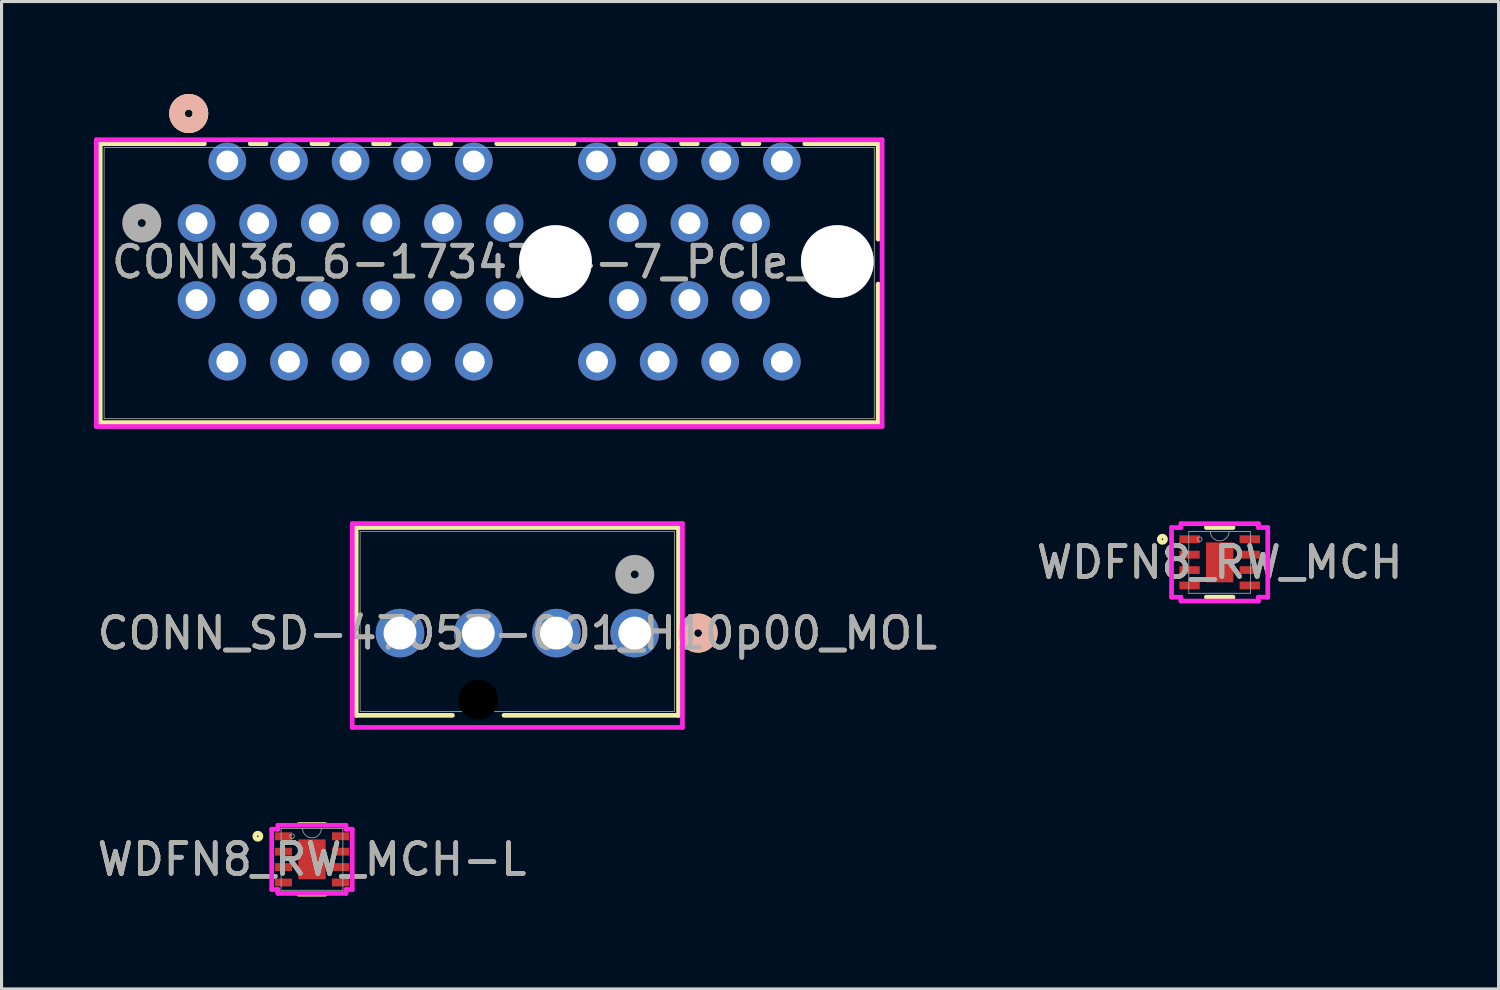
<source format=kicad_pcb>
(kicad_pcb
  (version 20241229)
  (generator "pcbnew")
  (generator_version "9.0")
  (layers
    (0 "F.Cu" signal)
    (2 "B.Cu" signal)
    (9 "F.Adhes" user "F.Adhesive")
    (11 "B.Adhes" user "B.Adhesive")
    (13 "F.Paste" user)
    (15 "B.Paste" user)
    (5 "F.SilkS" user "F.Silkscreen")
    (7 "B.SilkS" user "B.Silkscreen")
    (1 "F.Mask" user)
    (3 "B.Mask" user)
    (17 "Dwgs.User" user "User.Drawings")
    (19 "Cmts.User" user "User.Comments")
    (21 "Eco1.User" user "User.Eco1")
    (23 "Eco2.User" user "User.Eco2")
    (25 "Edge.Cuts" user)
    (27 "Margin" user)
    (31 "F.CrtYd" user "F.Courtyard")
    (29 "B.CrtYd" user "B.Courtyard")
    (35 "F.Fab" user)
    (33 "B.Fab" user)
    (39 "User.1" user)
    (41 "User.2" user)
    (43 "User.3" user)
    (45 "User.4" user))
  (footprint "CONN36_6-1734774-7_PCIe_x1"
    (layer "F.Cu")
    (at 3.33 4.191)
    (property "Reference" "CONN36_6-1734774-7_PCIe_x1" (at 9.5 1.264 0) (unlocked yes) (layer "F.SilkS") (effects (font (size 1 1) (thickness 0.15))))
    (attr through_hole)
    (fp_line (start -3.127 -2.577) (end 0.255 -2.577) (stroke (width 0.152) (type solid)) (layer "F.SilkS"))
    (fp_line (start -3.127 6.477) (end -3.127 -2.577) (stroke (width 0.152) (type solid)) (layer "F.SilkS"))
    (fp_line (start 1.745 -2.577) (end 2.255 -2.577) (stroke (width 0.152) (type solid)) (layer "F.SilkS"))
    (fp_line (start 3.745 -2.577) (end 4.255 -2.577) (stroke (width 0.152) (type solid)) (layer "F.SilkS"))
    (fp_line (start 5.745 -2.577) (end 6.255 -2.577) (stroke (width 0.152) (type solid)) (layer "F.SilkS"))
    (fp_line (start 7.745 -2.577) (end 8.255 -2.577) (stroke (width 0.152) (type solid)) (layer "F.SilkS"))
    (fp_line (start 9.745 -2.577) (end 12.255 -2.577) (stroke (width 0.152) (type solid)) (layer "F.SilkS"))
    (fp_line (start 13.745 -2.577) (end 14.255 -2.577) (stroke (width 0.152) (type solid)) (layer "F.SilkS"))
    (fp_line (start 15.745 -2.577) (end 16.255 -2.577) (stroke (width 0.152) (type solid)) (layer "F.SilkS"))
    (fp_line (start 17.745 -2.577) (end 18.255 -2.577) (stroke (width 0.152) (type solid)) (layer "F.SilkS"))
    (fp_line (start 19.745 -2.577) (end 22.127 -2.577) (stroke (width 0.152) (type solid)) (layer "F.SilkS"))
    (fp_line (start 22.127 -2.577) (end 22.127 0.521) (stroke (width 0.152) (type solid)) (layer "F.SilkS"))
    (fp_line (start 22.127 1.979) (end 22.127 6.477) (stroke (width 0.152) (type solid)) (layer "F.SilkS"))
    (fp_line (start 22.127 6.477) (end -3.127 6.477) (stroke (width 0.152) (type solid)) (layer "F.SilkS"))
    (fp_circle (center -0.254 -3.556) (end 0.127 -3.556) (stroke (width 0.508) (type solid)) (fill no) (layer "F.SilkS"))
    (fp_circle (center -0.254 -3.556) (end 0.127 -3.556) (stroke (width 0.508) (type solid)) (fill no) (layer "B.SilkS"))
    (fp_line (start -3.254 -2.704) (end -3.254 6.604) (stroke (width 0.152) (type solid)) (layer "F.CrtYd"))
    (fp_line (start -3.254 6.604) (end 22.254 6.604) (stroke (width 0.152) (type solid)) (layer "F.CrtYd"))
    (fp_line (start 22.254 -2.704) (end -3.254 -2.704) (stroke (width 0.152) (type solid)) (layer "F.CrtYd"))
    (fp_line (start 22.254 6.604) (end 22.254 -2.704) (stroke (width 0.152) (type solid)) (layer "F.CrtYd"))
    (fp_line (start -3 -2.45) (end -3 6.35) (stroke (width 0.025) (type solid)) (layer "F.Fab"))
    (fp_line (start -3 6.35) (end 22 6.35) (stroke (width 0.025) (type solid)) (layer "F.Fab"))
    (fp_line (start 22 -2.45) (end -3 -2.45) (stroke (width 0.025) (type solid)) (layer "F.Fab"))
    (fp_line (start 22 6.35) (end 22 -2.45) (stroke (width 0.025) (type solid)) (layer "F.Fab"))
    (fp_circle (center -1.778 0) (end -1.397 0) (stroke (width 0.508) (type solid)) (fill no) (layer "F.Fab"))
    (fp_text user "${REFERENCE}" (at 9.5 1.264 0) (unlocked yes) (layer "F.Fab") (effects (font (size 1 1) (thickness 0.15))))
    (pad "37" thru_hole circle (at 11.65 1.25) (size 2.362 2.362) (drill 2.362) (layers "*.Cu" "*.Mask"))
    (pad "38" thru_hole circle (at 20.8 1.25) (size 2.362 2.362) (drill 2.362) (layers "*.Cu" "*.Mask"))
    (pad "A1" thru_hole circle (at 0 0 90) (size 1.219 1.219) (drill 0.711) (layers "*.Cu" "*.Mask"))
    (pad "A2" thru_hole circle (at 1 -2 90) (size 1.219 1.219) (drill 0.711) (layers "*.Cu" "*.Mask"))
    (pad "A3" thru_hole circle (at 2 0 90) (size 1.219 1.219) (drill 0.711) (layers "*.Cu" "*.Mask"))
    (pad "A4" thru_hole circle (at 3 -2 90) (size 1.219 1.219) (drill 0.711) (layers "*.Cu" "*.Mask"))
    (pad "A5" thru_hole circle (at 4 0 90) (size 1.219 1.219) (drill 0.711) (layers "*.Cu" "*.Mask"))
    (pad "A6" thru_hole circle (at 5 -2 90) (size 1.219 1.219) (drill 0.711) (layers "*.Cu" "*.Mask"))
    (pad "A7" thru_hole circle (at 6 0 90) (size 1.219 1.219) (drill 0.711) (layers "*.Cu" "*.Mask"))
    (pad "A8" thru_hole circle (at 7 -2 90) (size 1.219 1.219) (drill 0.711) (layers "*.Cu" "*.Mask"))
    (pad "A9" thru_hole circle (at 8 0 90) (size 1.219 1.219) (drill 0.711) (layers "*.Cu" "*.Mask"))
    (pad "A10" thru_hole circle (at 9 -2 90) (size 1.219 1.219) (drill 0.711) (layers "*.Cu" "*.Mask"))
    (pad "A11" thru_hole circle (at 10 0 90) (size 1.219 1.219) (drill 0.711) (layers "*.Cu" "*.Mask"))
    (pad "A12" thru_hole circle (at 13 -2 90) (size 1.219 1.219) (drill 0.711) (layers "*.Cu" "*.Mask"))
    (pad "A13" thru_hole circle (at 14 0 90) (size 1.219 1.219) (drill 0.711) (layers "*.Cu" "*.Mask"))
    (pad "A14" thru_hole circle (at 15 -2 90) (size 1.219 1.219) (drill 0.711) (layers "*.Cu" "*.Mask"))
    (pad "A15" thru_hole circle (at 16 0 90) (size 1.219 1.219) (drill 0.711) (layers "*.Cu" "*.Mask"))
    (pad "A16" thru_hole circle (at 17 -2 90) (size 1.219 1.219) (drill 0.711) (layers "*.Cu" "*.Mask"))
    (pad "A17" thru_hole circle (at 18 0 90) (size 1.219 1.219) (drill 0.711) (layers "*.Cu" "*.Mask"))
    (pad "A18" thru_hole circle (at 19 -2 90) (size 1.219 1.219) (drill 0.711) (layers "*.Cu" "*.Mask"))
    (pad "B1" thru_hole circle (at 0 2.5 90) (size 1.219 1.219) (drill 0.711) (layers "*.Cu" "*.Mask"))
    (pad "B2" thru_hole circle (at 1 4.5 90) (size 1.219 1.219) (drill 0.711) (layers "*.Cu" "*.Mask"))
    (pad "B3" thru_hole circle (at 2 2.5 90) (size 1.219 1.219) (drill 0.711) (layers "*.Cu" "*.Mask"))
    (pad "B4" thru_hole circle (at 3 4.5 90) (size 1.219 1.219) (drill 0.711) (layers "*.Cu" "*.Mask"))
    (pad "B5" thru_hole circle (at 4 2.5 90) (size 1.219 1.219) (drill 0.711) (layers "*.Cu" "*.Mask"))
    (pad "B6" thru_hole circle (at 5 4.5 90) (size 1.219 1.219) (drill 0.711) (layers "*.Cu" "*.Mask"))
    (pad "B7" thru_hole circle (at 6 2.5 90) (size 1.219 1.219) (drill 0.711) (layers "*.Cu" "*.Mask"))
    (pad "B8" thru_hole circle (at 7 4.5 90) (size 1.219 1.219) (drill 0.711) (layers "*.Cu" "*.Mask"))
    (pad "B9" thru_hole circle (at 8 2.5 90) (size 1.219 1.219) (drill 0.711) (layers "*.Cu" "*.Mask"))
    (pad "B10" thru_hole circle (at 9 4.5 90) (size 1.219 1.219) (drill 0.711) (layers "*.Cu" "*.Mask"))
    (pad "B11" thru_hole circle (at 10 2.5 90) (size 1.219 1.219) (drill 0.711) (layers "*.Cu" "*.Mask"))
    (pad "B12" thru_hole circle (at 13 4.5 90) (size 1.219 1.219) (drill 0.711) (layers "*.Cu" "*.Mask"))
    (pad "B13" thru_hole circle (at 14 2.5 90) (size 1.219 1.219) (drill 0.711) (layers "*.Cu" "*.Mask"))
    (pad "B14" thru_hole circle (at 15 4.5 90) (size 1.219 1.219) (drill 0.711) (layers "*.Cu" "*.Mask"))
    (pad "B15" thru_hole circle (at 16 2.5 90) (size 1.219 1.219) (drill 0.711) (layers "*.Cu" "*.Mask"))
    (pad "B16" thru_hole circle (at 17 4.5 90) (size 1.219 1.219) (drill 0.711) (layers "*.Cu" "*.Mask"))
    (pad "B17" thru_hole circle (at 18 2.5 90) (size 1.219 1.219) (drill 0.711) (layers "*.Cu" "*.Mask"))
    (pad "B18" thru_hole circle (at 19 4.5 90) (size 1.219 1.219) (drill 0.711) (layers "*.Cu" "*.Mask")))
  (footprint "CONN_SD-47053-001_H10p00_MOL"
    (layer "F.Cu")
    (at 17.554 17.501)
    (property "Reference" "CONN_SD-47053-001_H10p00_MOL" (at -3.81 0 0) (unlocked yes) (layer "F.SilkS") (effects (font (size 1 1) (thickness 0.15))))
    (attr through_hole)
    (fp_line (start -9.042 -3.427) (end -9.042 2.669) (stroke (width 0.152) (type solid)) (layer "F.SilkS"))
    (fp_line (start -9.042 2.669) (end -5.918 2.669) (stroke (width 0.152) (type solid)) (layer "F.SilkS"))
    (fp_line (start -4.242 2.669) (end 1.422 2.669) (stroke (width 0.152) (type solid)) (layer "F.SilkS"))
    (fp_line (start 1.422 -3.427) (end -9.042 -3.427) (stroke (width 0.152) (type solid)) (layer "F.SilkS"))
    (fp_line (start 1.422 2.669) (end 1.422 -3.427) (stroke (width 0.152) (type solid)) (layer "F.SilkS"))
    (fp_circle (center 2.057 0) (end 2.438 0) (stroke (width 0.508) (type solid)) (fill no) (layer "F.SilkS"))
    (fp_circle (center 2.057 0) (end 2.438 0) (stroke (width 0.508) (type solid)) (fill no) (layer "B.SilkS"))
    (fp_line (start -9.169 -3.554) (end -9.169 3.062) (stroke (width 0.152) (type solid)) (layer "F.CrtYd"))
    (fp_line (start -9.169 3.062) (end 1.549 3.062) (stroke (width 0.152) (type solid)) (layer "F.CrtYd"))
    (fp_line (start 1.549 -3.554) (end -9.169 -3.554) (stroke (width 0.152) (type solid)) (layer "F.CrtYd"))
    (fp_line (start 1.549 3.062) (end 1.549 -3.554) (stroke (width 0.152) (type solid)) (layer "F.CrtYd"))
    (fp_line (start -8.915 -3.3) (end -8.915 2.542) (stroke (width 0.025) (type solid)) (layer "F.Fab"))
    (fp_line (start -8.915 2.542) (end 1.295 2.542) (stroke (width 0.025) (type solid)) (layer "F.Fab"))
    (fp_line (start 1.295 -3.3) (end -8.915 -3.3) (stroke (width 0.025) (type solid)) (layer "F.Fab"))
    (fp_line (start 1.295 2.542) (end 1.295 -3.3) (stroke (width 0.025) (type solid)) (layer "F.Fab"))
    (fp_circle (center 0 -1.905) (end 0.381 -1.905) (stroke (width 0.508) (type solid)) (fill no) (layer "F.Fab"))
    (fp_text user "${REFERENCE}" (at -3.81 0 0) (unlocked yes) (layer "F.Fab") (effects (font (size 1 1) (thickness 0.15))))
    (pad "" np_thru_hole circle (at -5.08 2.16) (size 1.295 1.295) (drill 1.295) (layers))
    (pad "1" thru_hole circle (at 0 0) (size 1.575 1.575) (drill 1.067) (layers "*.Cu" "*.Mask"))
    (pad "2" thru_hole circle (at -2.54 0) (size 1.575 1.575) (drill 1.067) (layers "*.Cu" "*.Mask"))
    (pad "3" thru_hole circle (at -5.08 0) (size 1.575 1.575) (drill 1.067) (layers "*.Cu" "*.Mask"))
    (pad "4" thru_hole circle (at -7.62 0) (size 1.575 1.575) (drill 1.067) (layers "*.Cu" "*.Mask")))
  (footprint "WDFN8_RW_MCH"
    (layer "F.Cu")
    (at 36.542 15.205)
    (property "Reference" "WDFN8_RW_MCH" (at 0 0 0) (unlocked yes) (layer "F.SilkS") (effects (font (size 1 1) (thickness 0.15))))
    (attr smd)
    (fp_line (start -0.432 1.13) (end 0.432 1.13) (stroke (width 0.152) (type solid)) (layer "F.SilkS"))
    (fp_line (start 0.432 -1.13) (end -0.432 -1.13) (stroke (width 0.152) (type solid)) (layer "F.SilkS"))
    (fp_circle (center -1.859 -0.75) (end -1.757 -0.75) (stroke (width 0.152) (type solid)) (fill no) (layer "F.SilkS"))
    (fp_line (start -1.562 -1.131) (end -1.257 -1.131) (stroke (width 0.152) (type solid)) (layer "F.CrtYd"))
    (fp_line (start -1.562 1.131) (end -1.562 -1.131) (stroke (width 0.152) (type solid)) (layer "F.CrtYd"))
    (fp_line (start -1.562 1.131) (end -1.257 1.131) (stroke (width 0.152) (type solid)) (layer "F.CrtYd"))
    (fp_line (start -1.257 -1.257) (end 1.257 -1.257) (stroke (width 0.152) (type solid)) (layer "F.CrtYd"))
    (fp_line (start -1.257 -1.131) (end -1.257 -1.257) (stroke (width 0.152) (type solid)) (layer "F.CrtYd"))
    (fp_line (start -1.257 1.257) (end -1.257 1.131) (stroke (width 0.152) (type solid)) (layer "F.CrtYd"))
    (fp_line (start 1.257 -1.257) (end 1.257 -1.131) (stroke (width 0.152) (type solid)) (layer "F.CrtYd"))
    (fp_line (start 1.257 1.131) (end 1.257 1.257) (stroke (width 0.152) (type solid)) (layer "F.CrtYd"))
    (fp_line (start 1.257 1.257) (end -1.257 1.257) (stroke (width 0.152) (type solid)) (layer "F.CrtYd"))
    (fp_line (start 1.562 -1.131) (end 1.257 -1.131) (stroke (width 0.152) (type solid)) (layer "F.CrtYd"))
    (fp_line (start 1.562 -1.131) (end 1.562 1.131) (stroke (width 0.152) (type solid)) (layer "F.CrtYd"))
    (fp_line (start 1.562 1.131) (end 1.257 1.131) (stroke (width 0.152) (type solid)) (layer "F.CrtYd"))
    (fp_line (start -1.003 -1.003) (end -1.003 1.003) (stroke (width 0.025) (type solid)) (layer "F.Fab"))
    (fp_line (start -1.003 1.003) (end 1.003 1.003) (stroke (width 0.025) (type solid)) (layer "F.Fab"))
    (fp_line (start 1.003 -1.003) (end -1.003 -1.003) (stroke (width 0.025) (type solid)) (layer "F.Fab"))
    (fp_line (start 1.003 1.003) (end 1.003 -1.003) (stroke (width 0.025) (type solid)) (layer "F.Fab"))
    (fp_arc (start 0.3048 -1.0033) (mid 0 -0.6985) (end -0.3048 -1.0033) (stroke (width 0.0254) (type solid)) (layer "F.Fab"))
    (fp_circle (center -0.648 -0.75) (end -0.572 -0.75) (stroke (width 0.025) (type solid)) (fill no) (layer "F.Fab"))
    (fp_text user "${REFERENCE}" (at 0 0 0) (unlocked yes) (layer "F.Fab") (effects (font (size 1 1) (thickness 0.15))))
    (pad "1" smd rect (at -0.978 -0.75) (size 0.66 0.254) (layers "F.Cu" "F.Mask" "F.Paste"))
    (pad "2" smd rect (at -0.978 -0.25) (size 0.66 0.254) (layers "F.Cu" "F.Mask" "F.Paste"))
    (pad "3" smd rect (at -0.978 0.25) (size 0.66 0.254) (layers "F.Cu" "F.Mask" "F.Paste"))
    (pad "4" smd rect (at -0.978 0.75) (size 0.66 0.254) (layers "F.Cu" "F.Mask" "F.Paste"))
    (pad "5" smd rect (at 0.978 0.75) (size 0.66 0.254) (layers "F.Cu" "F.Mask" "F.Paste"))
    (pad "6" smd rect (at 0.978 0.25) (size 0.66 0.254) (layers "F.Cu" "F.Mask" "F.Paste"))
    (pad "7" smd rect (at 0.978 -0.25) (size 0.66 0.254) (layers "F.Cu" "F.Mask" "F.Paste"))
    (pad "8" smd rect (at 0.978 -0.75) (size 0.66 0.254) (layers "F.Cu" "F.Mask" "F.Paste"))
    (pad "9" smd rect (at 0 0) (size 0.889 1.295) (layers "F.Cu" "F.Mask" "F.Paste")))
  (footprint "WDFN8_RW_MCH-L"
    (layer "F.Cu")
    (at 7.077 24.846)
    (property "Reference" "WDFN8_RW_MCH-L" (at 0 0 0) (unlocked yes) (layer "F.SilkS") (effects (font (size 1 1) (thickness 0.15))))
    (attr smd)
    (fp_line (start -0.432 1.13) (end 0.432 1.13) (stroke (width 0.152) (type solid)) (layer "F.SilkS"))
    (fp_line (start 0.432 -1.13) (end -0.432 -1.13) (stroke (width 0.152) (type solid)) (layer "F.SilkS"))
    (fp_circle (center -1.757 -0.75) (end -1.656 -0.75) (stroke (width 0.152) (type solid)) (fill no) (layer "F.SilkS"))
    (fp_line (start -1.308 -0.979) (end -1.105 -0.979) (stroke (width 0.152) (type solid)) (layer "F.CrtYd"))
    (fp_line (start -1.308 0.979) (end -1.308 -0.979) (stroke (width 0.152) (type solid)) (layer "F.CrtYd"))
    (fp_line (start -1.308 0.979) (end -1.105 0.979) (stroke (width 0.152) (type solid)) (layer "F.CrtYd"))
    (fp_line (start -1.105 -1.105) (end 1.105 -1.105) (stroke (width 0.152) (type solid)) (layer "F.CrtYd"))
    (fp_line (start -1.105 -0.979) (end -1.105 -1.105) (stroke (width 0.152) (type solid)) (layer "F.CrtYd"))
    (fp_line (start -1.105 1.105) (end -1.105 0.979) (stroke (width 0.152) (type solid)) (layer "F.CrtYd"))
    (fp_line (start 1.105 -1.105) (end 1.105 -0.979) (stroke (width 0.152) (type solid)) (layer "F.CrtYd"))
    (fp_line (start 1.105 0.979) (end 1.105 1.105) (stroke (width 0.152) (type solid)) (layer "F.CrtYd"))
    (fp_line (start 1.105 1.105) (end -1.105 1.105) (stroke (width 0.152) (type solid)) (layer "F.CrtYd"))
    (fp_line (start 1.308 -0.979) (end 1.105 -0.979) (stroke (width 0.152) (type solid)) (layer "F.CrtYd"))
    (fp_line (start 1.308 -0.979) (end 1.308 0.979) (stroke (width 0.152) (type solid)) (layer "F.CrtYd"))
    (fp_line (start 1.308 0.979) (end 1.105 0.979) (stroke (width 0.152) (type solid)) (layer "F.CrtYd"))
    (fp_line (start -1.003 -1.003) (end -1.003 1.003) (stroke (width 0.025) (type solid)) (layer "F.Fab"))
    (fp_line (start -1.003 1.003) (end 1.003 1.003) (stroke (width 0.025) (type solid)) (layer "F.Fab"))
    (fp_line (start 1.003 -1.003) (end -1.003 -1.003) (stroke (width 0.025) (type solid)) (layer "F.Fab"))
    (fp_line (start 1.003 1.003) (end 1.003 -1.003) (stroke (width 0.025) (type solid)) (layer "F.Fab"))
    (fp_arc (start 0.3048 -1.0033) (mid 0 -0.6985) (end -0.3048 -1.0033) (stroke (width 0.0254) (type solid)) (layer "F.Fab"))
    (fp_circle (center -0.648 -0.75) (end -0.572 -0.75) (stroke (width 0.025) (type solid)) (fill no) (layer "F.Fab"))
    (fp_text user "${REFERENCE}" (at 0 0 0) (unlocked yes) (layer "F.Fab") (effects (font (size 1 1) (thickness 0.15))))
    (pad "1" smd rect (at -0.927 -0.75) (size 0.559 0.254) (layers "F.Cu" "F.Mask" "F.Paste"))
    (pad "2" smd rect (at -0.927 -0.25) (size 0.559 0.254) (layers "F.Cu" "F.Mask" "F.Paste"))
    (pad "3" smd rect (at -0.927 0.25) (size 0.559 0.254) (layers "F.Cu" "F.Mask" "F.Paste"))
    (pad "4" smd rect (at -0.927 0.75) (size 0.559 0.254) (layers "F.Cu" "F.Mask" "F.Paste"))
    (pad "5" smd rect (at 0.927 0.75) (size 0.559 0.254) (layers "F.Cu" "F.Mask" "F.Paste"))
    (pad "6" smd rect (at 0.927 0.25) (size 0.559 0.254) (layers "F.Cu" "F.Mask" "F.Paste"))
    (pad "7" smd rect (at 0.927 -0.25) (size 0.559 0.254) (layers "F.Cu" "F.Mask" "F.Paste"))
    (pad "8" smd rect (at 0.927 -0.75) (size 0.559 0.254) (layers "F.Cu" "F.Mask" "F.Paste"))
    (pad "9" smd rect (at 0 0) (size 0.889 1.295) (layers "F.Cu" "F.Mask" "F.Paste")))
  (gr_rect
    (start -3 -3)
    (end 45.595 29.052)
    (stroke (width 0.1) (type default))
    (fill no)
    (layer "Edge.Cuts")))
</source>
